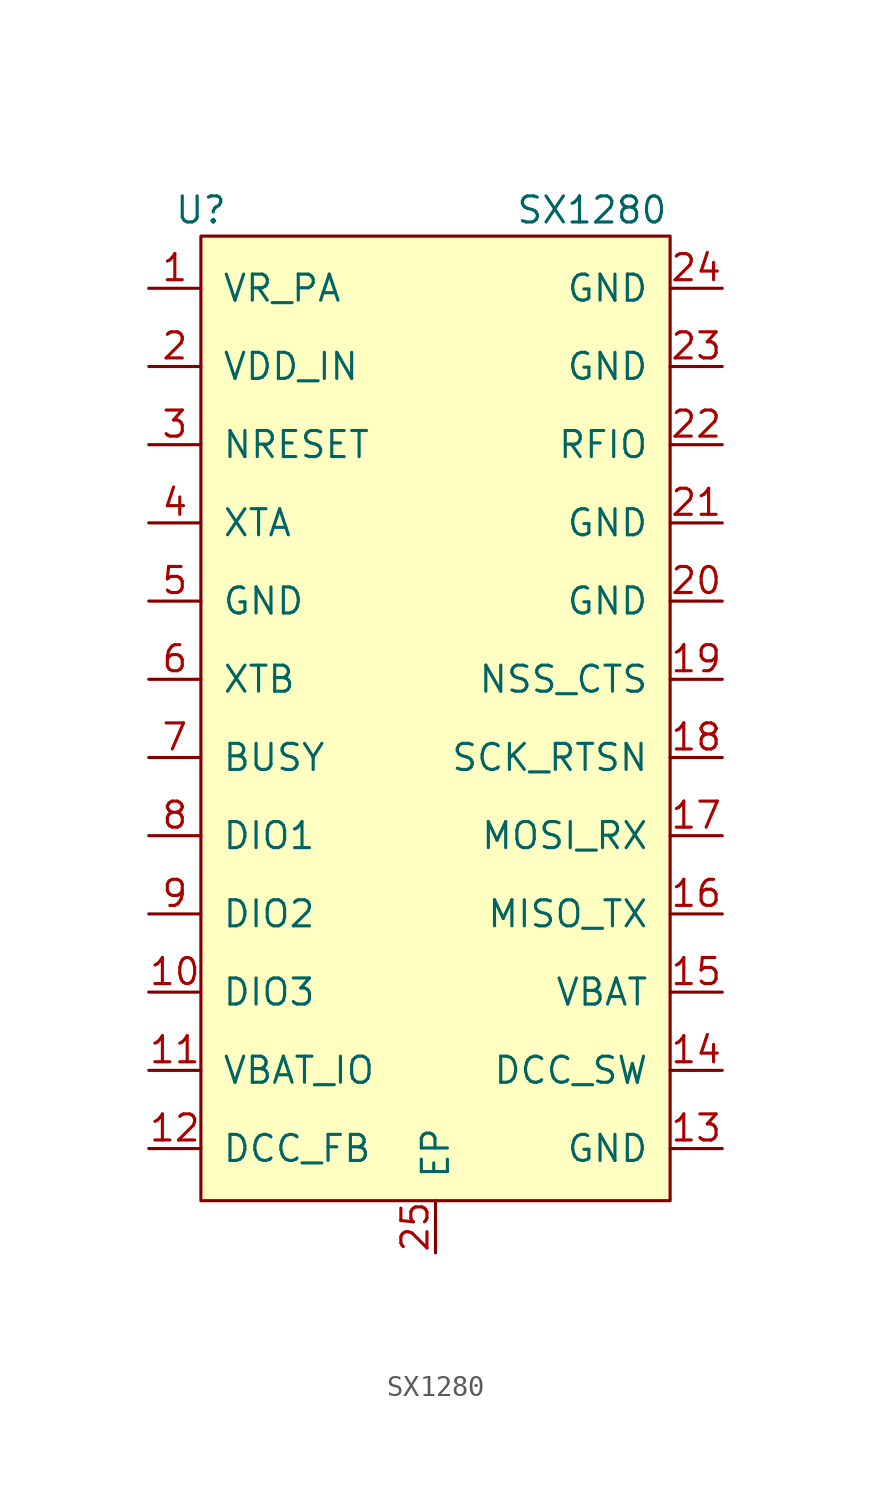
<source format=kicad_sym>
(kicad_symbol_lib
  (version 20211014)
  (generator kicad_symbol_editor)
  (symbol "SX1280"
    (pin_names
      (offset 1.016))
    (property "Reference" "U"
      (at -11.43 25.4 0)
      (effects (font (size 1.27 1.27))))
    (property "Value" "SX1280"
      (at 7.62 25.4 0)
      (effects (font (size 1.27 1.27))))
    (symbol "SX1280_1_1"
      (rectangle (start -11.43 24.13) (end 11.43 -22.86) (stroke (width 0) (type default) (color 0 0 0 0)) (fill (type background)))
      (pin passive line (at -13.97 21.59 0) (length 2.54) (name "VR_PA" (effects (font (size 1.27 1.27)))) (number "1" (effects (font (size 1.27 1.27)))))
      (pin passive line (at -13.97 -12.7 0) (length 2.54) (name "DIO3" (effects (font (size 1.27 1.27)))) (number "10" (effects (font (size 1.27 1.27)))))
      (pin passive line (at -13.97 -16.51 0) (length 2.54) (name "VBAT_IO" (effects (font (size 1.27 1.27)))) (number "11" (effects (font (size 1.27 1.27)))))
      (pin passive line (at -13.97 -20.32 0) (length 2.54) (name "DCC_FB" (effects (font (size 1.27 1.27)))) (number "12" (effects (font (size 1.27 1.27)))))
      (pin passive line (at 13.97 -20.32 180) (length 2.54) (name "GND" (effects (font (size 1.27 1.27)))) (number "13" (effects (font (size 1.27 1.27)))))
      (pin passive line (at 13.97 -16.51 180) (length 2.54) (name "DCC_SW" (effects (font (size 1.27 1.27)))) (number "14" (effects (font (size 1.27 1.27)))))
      (pin passive line (at 13.97 -12.7 180) (length 2.54) (name "VBAT" (effects (font (size 1.27 1.27)))) (number "15" (effects (font (size 1.27 1.27)))))
      (pin passive line (at 13.97 -8.89 180) (length 2.54) (name "MISO_TX" (effects (font (size 1.27 1.27)))) (number "16" (effects (font (size 1.27 1.27)))))
      (pin passive line (at 13.97 -5.08 180) (length 2.54) (name "MOSI_RX" (effects (font (size 1.27 1.27)))) (number "17" (effects (font (size 1.27 1.27)))))
      (pin passive line (at 13.97 -1.27 180) (length 2.54) (name "SCK_RTSN" (effects (font (size 1.27 1.27)))) (number "18" (effects (font (size 1.27 1.27)))))
      (pin passive line (at 13.97 2.54 180) (length 2.54) (name "NSS_CTS" (effects (font (size 1.27 1.27)))) (number "19" (effects (font (size 1.27 1.27)))))
      (pin passive line (at -13.97 17.78 0) (length 2.54) (name "VDD_IN" (effects (font (size 1.27 1.27)))) (number "2" (effects (font (size 1.27 1.27)))))
      (pin passive line (at 13.97 6.35 180) (length 2.54) (name "GND" (effects (font (size 1.27 1.27)))) (number "20" (effects (font (size 1.27 1.27)))))
      (pin passive line (at 13.97 10.16 180) (length 2.54) (name "GND" (effects (font (size 1.27 1.27)))) (number "21" (effects (font (size 1.27 1.27)))))
      (pin passive line (at 13.97 13.97 180) (length 2.54) (name "RFIO" (effects (font (size 1.27 1.27)))) (number "22" (effects (font (size 1.27 1.27)))))
      (pin passive line (at 13.97 17.78 180) (length 2.54) (name "GND" (effects (font (size 1.27 1.27)))) (number "23" (effects (font (size 1.27 1.27)))))
      (pin passive line (at 13.97 21.59 180) (length 2.54) (name "GND" (effects (font (size 1.27 1.27)))) (number "24" (effects (font (size 1.27 1.27)))))
      (pin passive line (at 0 -25.4 90) (length 2.54) (name "EP" (effects (font (size 1.27 1.27)))) (number "25" (effects (font (size 1.27 1.27)))))
      (pin passive line (at -13.97 13.97 0) (length 2.54) (name "NRESET" (effects (font (size 1.27 1.27)))) (number "3" (effects (font (size 1.27 1.27)))))
      (pin passive line (at -13.97 10.16 0) (length 2.54) (name "XTA" (effects (font (size 1.27 1.27)))) (number "4" (effects (font (size 1.27 1.27)))))
      (pin passive line (at -13.97 6.35 0) (length 2.54) (name "GND" (effects (font (size 1.27 1.27)))) (number "5" (effects (font (size 1.27 1.27)))))
      (pin passive line (at -13.97 2.54 0) (length 2.54) (name "XTB" (effects (font (size 1.27 1.27)))) (number "6" (effects (font (size 1.27 1.27)))))
      (pin passive line (at -13.97 -1.27 0) (length 2.54) (name "BUSY" (effects (font (size 1.27 1.27)))) (number "7" (effects (font (size 1.27 1.27)))))
      (pin passive line (at -13.97 -5.08 0) (length 2.54) (name "DIO1" (effects (font (size 1.27 1.27)))) (number "8" (effects (font (size 1.27 1.27)))))
      (pin passive line (at -13.97 -8.89 0) (length 2.54) (name "DIO2" (effects (font (size 1.27 1.27)))) (number "9" (effects (font (size 1.27 1.27))))))))
</source>
